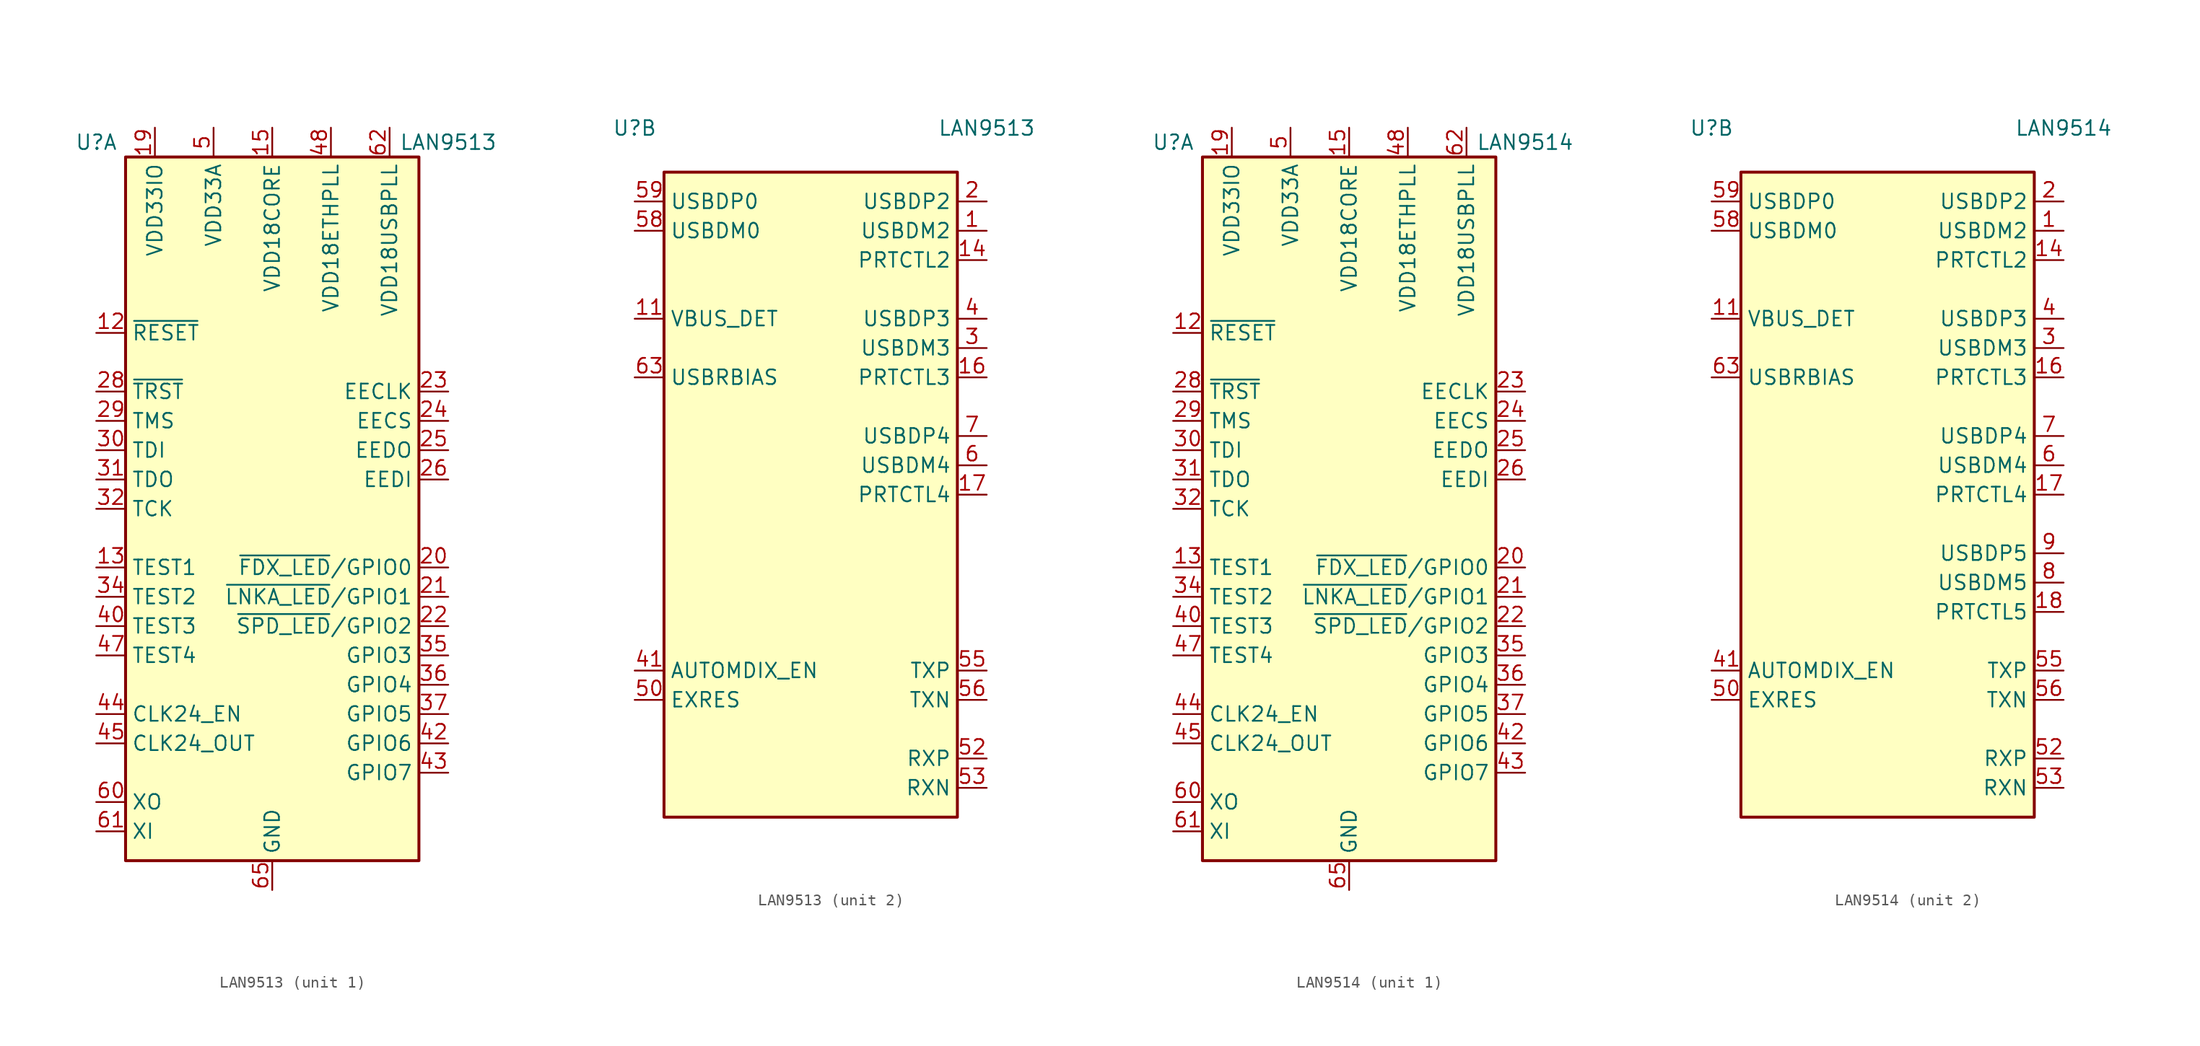
<source format=kicad_sym>
(kicad_symbol_lib
  (version 20201005)
  (generator kicad_symbol_editor)
  (symbol "LAN9513"
    (property "Reference" "U"
      (at -15.24 31.75 0)
      (effects (font (size 1.27 1.27))))
    (property "Value" "LAN9513"
      (at 15.24 31.75 0)
      (effects (font (size 1.27 1.27))))
    (property "ki_locked" ""
      (at 0 0 0)
      (effects (font (size 1.27 1.27))))
    (symbol "LAN9513_1_1"
      (rectangle (start -12.7 30.48) (end 12.7 -30.48) (stroke (width 0.254)) (fill (type background)))
      (pin passive line (at -5.08 33.02 270) (length 2.54) hide (name "VDD33A" (effects (font (size 1.27 1.27)))) (number "10" (effects (font (size 1.27 1.27)))))
      (pin input line (at -15.24 15.24 0) (length 2.54) (name "~RESET" (effects (font (size 1.27 1.27)))) (number "12" (effects (font (size 1.27 1.27)))))
      (pin input line (at -15.24 -5.08 0) (length 2.54) (name "TEST1" (effects (font (size 1.27 1.27)))) (number "13" (effects (font (size 1.27 1.27)))))
      (pin power_in line (at 0 33.02 270) (length 2.54) (name "VDD18CORE" (effects (font (size 1.27 1.27)))) (number "15" (effects (font (size 1.27 1.27)))))
      (pin power_in line (at -10.16 33.02 270) (length 2.54) (name "VDD33IO" (effects (font (size 1.27 1.27)))) (number "19" (effects (font (size 1.27 1.27)))))
      (pin bidirectional line (at 15.24 -5.08 180) (length 2.54) (name "~FDX_LED~/GPIO0" (effects (font (size 1.27 1.27)))) (number "20" (effects (font (size 1.27 1.27)))))
      (pin bidirectional line (at 15.24 -7.62 180) (length 2.54) (name "~LNKA_LED~/GPIO1" (effects (font (size 1.27 1.27)))) (number "21" (effects (font (size 1.27 1.27)))))
      (pin bidirectional line (at 15.24 -10.16 180) (length 2.54) (name "~SPD_LED~/GPIO2" (effects (font (size 1.27 1.27)))) (number "22" (effects (font (size 1.27 1.27)))))
      (pin output line (at 15.24 10.16 180) (length 2.54) (name "EECLK" (effects (font (size 1.27 1.27)))) (number "23" (effects (font (size 1.27 1.27)))))
      (pin output line (at 15.24 7.62 180) (length 2.54) (name "EECS" (effects (font (size 1.27 1.27)))) (number "24" (effects (font (size 1.27 1.27)))))
      (pin output line (at 15.24 5.08 180) (length 2.54) (name "EEDO" (effects (font (size 1.27 1.27)))) (number "25" (effects (font (size 1.27 1.27)))))
      (pin input line (at 15.24 2.54 180) (length 2.54) (name "EEDI" (effects (font (size 1.27 1.27)))) (number "26" (effects (font (size 1.27 1.27)))))
      (pin passive line (at -10.16 33.02 270) (length 2.54) hide (name "VDD33IO" (effects (font (size 1.27 1.27)))) (number "27" (effects (font (size 1.27 1.27)))))
      (pin input line (at -15.24 10.16 0) (length 2.54) (name "~TRST" (effects (font (size 1.27 1.27)))) (number "28" (effects (font (size 1.27 1.27)))))
      (pin input line (at -15.24 7.62 0) (length 2.54) (name "TMS" (effects (font (size 1.27 1.27)))) (number "29" (effects (font (size 1.27 1.27)))))
      (pin input line (at -15.24 5.08 0) (length 2.54) (name "TDI" (effects (font (size 1.27 1.27)))) (number "30" (effects (font (size 1.27 1.27)))))
      (pin output line (at -15.24 2.54 0) (length 2.54) (name "TDO" (effects (font (size 1.27 1.27)))) (number "31" (effects (font (size 1.27 1.27)))))
      (pin input line (at -15.24 0 0) (length 2.54) (name "TCK" (effects (font (size 1.27 1.27)))) (number "32" (effects (font (size 1.27 1.27)))))
      (pin passive line (at -10.16 33.02 270) (length 2.54) hide (name "VDD33IO" (effects (font (size 1.27 1.27)))) (number "33" (effects (font (size 1.27 1.27)))))
      (pin input line (at -15.24 -7.62 0) (length 2.54) (name "TEST2" (effects (font (size 1.27 1.27)))) (number "34" (effects (font (size 1.27 1.27)))))
      (pin bidirectional line (at 15.24 -12.7 180) (length 2.54) (name "GPIO3" (effects (font (size 1.27 1.27)))) (number "35" (effects (font (size 1.27 1.27)))))
      (pin bidirectional line (at 15.24 -15.24 180) (length 2.54) (name "GPIO4" (effects (font (size 1.27 1.27)))) (number "36" (effects (font (size 1.27 1.27)))))
      (pin bidirectional line (at 15.24 -17.78 180) (length 2.54) (name "GPIO5" (effects (font (size 1.27 1.27)))) (number "37" (effects (font (size 1.27 1.27)))))
      (pin passive line (at 0 33.02 270) (length 2.54) hide (name "VDD18CORE" (effects (font (size 1.27 1.27)))) (number "38" (effects (font (size 1.27 1.27)))))
      (pin passive line (at -10.16 33.02 270) (length 2.54) hide (name "VDD33IO" (effects (font (size 1.27 1.27)))) (number "39" (effects (font (size 1.27 1.27)))))
      (pin input line (at -15.24 -10.16 0) (length 2.54) (name "TEST3" (effects (font (size 1.27 1.27)))) (number "40" (effects (font (size 1.27 1.27)))))
      (pin bidirectional line (at 15.24 -20.32 180) (length 2.54) (name "GPIO6" (effects (font (size 1.27 1.27)))) (number "42" (effects (font (size 1.27 1.27)))))
      (pin bidirectional line (at 15.24 -22.86 180) (length 2.54) (name "GPIO7" (effects (font (size 1.27 1.27)))) (number "43" (effects (font (size 1.27 1.27)))))
      (pin input line (at -15.24 -17.78 0) (length 2.54) (name "CLK24_EN" (effects (font (size 1.27 1.27)))) (number "44" (effects (font (size 1.27 1.27)))))
      (pin output line (at -15.24 -20.32 0) (length 2.54) (name "CLK24_OUT" (effects (font (size 1.27 1.27)))) (number "45" (effects (font (size 1.27 1.27)))))
      (pin passive line (at -10.16 33.02 270) (length 2.54) hide (name "VDD33IO" (effects (font (size 1.27 1.27)))) (number "46" (effects (font (size 1.27 1.27)))))
      (pin input line (at -15.24 -12.7 0) (length 2.54) (name "TEST4" (effects (font (size 1.27 1.27)))) (number "47" (effects (font (size 1.27 1.27)))))
      (pin power_in line (at 5.08 33.02 270) (length 2.54) (name "VDD18ETHPLL" (effects (font (size 1.27 1.27)))) (number "48" (effects (font (size 1.27 1.27)))))
      (pin passive line (at -5.08 33.02 270) (length 2.54) hide (name "VDD33A" (effects (font (size 1.27 1.27)))) (number "49" (effects (font (size 1.27 1.27)))))
      (pin power_in line (at -5.08 33.02 270) (length 2.54) (name "VDD33A" (effects (font (size 1.27 1.27)))) (number "5" (effects (font (size 1.27 1.27)))))
      (pin passive line (at -5.08 33.02 270) (length 2.54) hide (name "VDD33A" (effects (font (size 1.27 1.27)))) (number "51" (effects (font (size 1.27 1.27)))))
      (pin passive line (at -5.08 33.02 270) (length 2.54) hide (name "VDD33A" (effects (font (size 1.27 1.27)))) (number "54" (effects (font (size 1.27 1.27)))))
      (pin passive line (at -5.08 33.02 270) (length 2.54) hide (name "VDD33A" (effects (font (size 1.27 1.27)))) (number "57" (effects (font (size 1.27 1.27)))))
      (pin input line (at -15.24 -25.4 0) (length 2.54) (name "XO" (effects (font (size 1.27 1.27)))) (number "60" (effects (font (size 1.27 1.27)))))
      (pin input line (at -15.24 -27.94 0) (length 2.54) (name "XI" (effects (font (size 1.27 1.27)))) (number "61" (effects (font (size 1.27 1.27)))))
      (pin power_in line (at 10.16 33.02 270) (length 2.54) (name "VDD18USBPLL" (effects (font (size 1.27 1.27)))) (number "62" (effects (font (size 1.27 1.27)))))
      (pin passive line (at -5.08 33.02 270) (length 2.54) hide (name "VDD33A" (effects (font (size 1.27 1.27)))) (number "64" (effects (font (size 1.27 1.27)))))
      (pin power_in line (at 0 -33.02 90) (length 2.54) (name "GND" (effects (font (size 1.27 1.27)))) (number "65" (effects (font (size 1.27 1.27))))))
    (symbol "LAN9513_2_1"
      (rectangle (start 12.7 -27.94) (end -12.7 27.94) (stroke (width 0.254)) (fill (type background)))
      (pin bidirectional line (at 15.24 22.86 180) (length 2.54) (name "USBDM2" (effects (font (size 1.27 1.27)))) (number "1" (effects (font (size 1.27 1.27)))))
      (pin input line (at -15.24 15.24 0) (length 2.54) (name "VBUS_DET" (effects (font (size 1.27 1.27)))) (number "11" (effects (font (size 1.27 1.27)))))
      (pin bidirectional line (at 15.24 20.32 180) (length 2.54) (name "PRTCTL2" (effects (font (size 1.27 1.27)))) (number "14" (effects (font (size 1.27 1.27)))))
      (pin bidirectional line (at 15.24 10.16 180) (length 2.54) (name "PRTCTL3" (effects (font (size 1.27 1.27)))) (number "16" (effects (font (size 1.27 1.27)))))
      (pin bidirectional line (at 15.24 0 180) (length 2.54) (name "PRTCTL4" (effects (font (size 1.27 1.27)))) (number "17" (effects (font (size 1.27 1.27)))))
      (pin no_connect line (at 12.7 -10.16 180) (length 2.54) hide (name "NC" (effects (font (size 1.27 1.27)))) (number "18" (effects (font (size 1.27 1.27)))))
      (pin bidirectional line (at 15.24 25.4 180) (length 2.54) (name "USBDP2" (effects (font (size 1.27 1.27)))) (number "2" (effects (font (size 1.27 1.27)))))
      (pin bidirectional line (at 15.24 12.7 180) (length 2.54) (name "USBDM3" (effects (font (size 1.27 1.27)))) (number "3" (effects (font (size 1.27 1.27)))))
      (pin bidirectional line (at 15.24 15.24 180) (length 2.54) (name "USBDP3" (effects (font (size 1.27 1.27)))) (number "4" (effects (font (size 1.27 1.27)))))
      (pin input line (at -15.24 -15.24 0) (length 2.54) (name "AUTOMDIX_EN" (effects (font (size 1.27 1.27)))) (number "41" (effects (font (size 1.27 1.27)))))
      (pin input line (at -15.24 -17.78 0) (length 2.54) (name "EXRES" (effects (font (size 1.27 1.27)))) (number "50" (effects (font (size 1.27 1.27)))))
      (pin input line (at 15.24 -22.86 180) (length 2.54) (name "RXP" (effects (font (size 1.27 1.27)))) (number "52" (effects (font (size 1.27 1.27)))))
      (pin input line (at 15.24 -25.4 180) (length 2.54) (name "RXN" (effects (font (size 1.27 1.27)))) (number "53" (effects (font (size 1.27 1.27)))))
      (pin output line (at 15.24 -15.24 180) (length 2.54) (name "TXP" (effects (font (size 1.27 1.27)))) (number "55" (effects (font (size 1.27 1.27)))))
      (pin output line (at 15.24 -17.78 180) (length 2.54) (name "TXN" (effects (font (size 1.27 1.27)))) (number "56" (effects (font (size 1.27 1.27)))))
      (pin bidirectional line (at -15.24 22.86 0) (length 2.54) (name "USBDM0" (effects (font (size 1.27 1.27)))) (number "58" (effects (font (size 1.27 1.27)))))
      (pin bidirectional line (at -15.24 25.4 0) (length 2.54) (name "USBDP0" (effects (font (size 1.27 1.27)))) (number "59" (effects (font (size 1.27 1.27)))))
      (pin bidirectional line (at 15.24 2.54 180) (length 2.54) (name "USBDM4" (effects (font (size 1.27 1.27)))) (number "6" (effects (font (size 1.27 1.27)))))
      (pin input line (at -15.24 10.16 0) (length 2.54) (name "USBRBIAS" (effects (font (size 1.27 1.27)))) (number "63" (effects (font (size 1.27 1.27)))))
      (pin bidirectional line (at 15.24 5.08 180) (length 2.54) (name "USBDP4" (effects (font (size 1.27 1.27)))) (number "7" (effects (font (size 1.27 1.27)))))
      (pin no_connect line (at 12.7 -7.62 180) (length 2.54) hide (name "NC" (effects (font (size 1.27 1.27)))) (number "8" (effects (font (size 1.27 1.27)))))
      (pin no_connect line (at 12.7 -5.08 180) (length 2.54) hide (name "NC" (effects (font (size 1.27 1.27)))) (number "9" (effects (font (size 1.27 1.27)))))))
  (symbol "LAN9514"
    (property "Reference" "U"
      (at -15.24 31.75 0)
      (effects (font (size 1.27 1.27))))
    (property "Value" "LAN9514"
      (at 15.24 31.75 0)
      (effects (font (size 1.27 1.27))))
    (property "ki_locked" ""
      (at 0 0 0)
      (effects (font (size 1.27 1.27))))
    (symbol "LAN9514_1_1"
      (rectangle (start -12.7 30.48) (end 12.7 -30.48) (stroke (width 0.254)) (fill (type background)))
      (pin passive line (at -5.08 33.02 270) (length 2.54) hide (name "VDD33A" (effects (font (size 1.27 1.27)))) (number "10" (effects (font (size 1.27 1.27)))))
      (pin input line (at -15.24 15.24 0) (length 2.54) (name "~RESET" (effects (font (size 1.27 1.27)))) (number "12" (effects (font (size 1.27 1.27)))))
      (pin input line (at -15.24 -5.08 0) (length 2.54) (name "TEST1" (effects (font (size 1.27 1.27)))) (number "13" (effects (font (size 1.27 1.27)))))
      (pin power_in line (at 0 33.02 270) (length 2.54) (name "VDD18CORE" (effects (font (size 1.27 1.27)))) (number "15" (effects (font (size 1.27 1.27)))))
      (pin power_in line (at -10.16 33.02 270) (length 2.54) (name "VDD33IO" (effects (font (size 1.27 1.27)))) (number "19" (effects (font (size 1.27 1.27)))))
      (pin bidirectional line (at 15.24 -5.08 180) (length 2.54) (name "~FDX_LED~/GPIO0" (effects (font (size 1.27 1.27)))) (number "20" (effects (font (size 1.27 1.27)))))
      (pin bidirectional line (at 15.24 -7.62 180) (length 2.54) (name "~LNKA_LED~/GPIO1" (effects (font (size 1.27 1.27)))) (number "21" (effects (font (size 1.27 1.27)))))
      (pin bidirectional line (at 15.24 -10.16 180) (length 2.54) (name "~SPD_LED~/GPIO2" (effects (font (size 1.27 1.27)))) (number "22" (effects (font (size 1.27 1.27)))))
      (pin output line (at 15.24 10.16 180) (length 2.54) (name "EECLK" (effects (font (size 1.27 1.27)))) (number "23" (effects (font (size 1.27 1.27)))))
      (pin output line (at 15.24 7.62 180) (length 2.54) (name "EECS" (effects (font (size 1.27 1.27)))) (number "24" (effects (font (size 1.27 1.27)))))
      (pin output line (at 15.24 5.08 180) (length 2.54) (name "EEDO" (effects (font (size 1.27 1.27)))) (number "25" (effects (font (size 1.27 1.27)))))
      (pin input line (at 15.24 2.54 180) (length 2.54) (name "EEDI" (effects (font (size 1.27 1.27)))) (number "26" (effects (font (size 1.27 1.27)))))
      (pin passive line (at -10.16 33.02 270) (length 2.54) hide (name "VDD33IO" (effects (font (size 1.27 1.27)))) (number "27" (effects (font (size 1.27 1.27)))))
      (pin input line (at -15.24 10.16 0) (length 2.54) (name "~TRST" (effects (font (size 1.27 1.27)))) (number "28" (effects (font (size 1.27 1.27)))))
      (pin input line (at -15.24 7.62 0) (length 2.54) (name "TMS" (effects (font (size 1.27 1.27)))) (number "29" (effects (font (size 1.27 1.27)))))
      (pin input line (at -15.24 5.08 0) (length 2.54) (name "TDI" (effects (font (size 1.27 1.27)))) (number "30" (effects (font (size 1.27 1.27)))))
      (pin output line (at -15.24 2.54 0) (length 2.54) (name "TDO" (effects (font (size 1.27 1.27)))) (number "31" (effects (font (size 1.27 1.27)))))
      (pin input line (at -15.24 0 0) (length 2.54) (name "TCK" (effects (font (size 1.27 1.27)))) (number "32" (effects (font (size 1.27 1.27)))))
      (pin passive line (at -10.16 33.02 270) (length 2.54) hide (name "VDD33IO" (effects (font (size 1.27 1.27)))) (number "33" (effects (font (size 1.27 1.27)))))
      (pin input line (at -15.24 -7.62 0) (length 2.54) (name "TEST2" (effects (font (size 1.27 1.27)))) (number "34" (effects (font (size 1.27 1.27)))))
      (pin bidirectional line (at 15.24 -12.7 180) (length 2.54) (name "GPIO3" (effects (font (size 1.27 1.27)))) (number "35" (effects (font (size 1.27 1.27)))))
      (pin bidirectional line (at 15.24 -15.24 180) (length 2.54) (name "GPIO4" (effects (font (size 1.27 1.27)))) (number "36" (effects (font (size 1.27 1.27)))))
      (pin bidirectional line (at 15.24 -17.78 180) (length 2.54) (name "GPIO5" (effects (font (size 1.27 1.27)))) (number "37" (effects (font (size 1.27 1.27)))))
      (pin passive line (at 0 33.02 270) (length 2.54) hide (name "VDD18CORE" (effects (font (size 1.27 1.27)))) (number "38" (effects (font (size 1.27 1.27)))))
      (pin passive line (at -10.16 33.02 270) (length 2.54) hide (name "VDD33IO" (effects (font (size 1.27 1.27)))) (number "39" (effects (font (size 1.27 1.27)))))
      (pin input line (at -15.24 -10.16 0) (length 2.54) (name "TEST3" (effects (font (size 1.27 1.27)))) (number "40" (effects (font (size 1.27 1.27)))))
      (pin bidirectional line (at 15.24 -20.32 180) (length 2.54) (name "GPIO6" (effects (font (size 1.27 1.27)))) (number "42" (effects (font (size 1.27 1.27)))))
      (pin bidirectional line (at 15.24 -22.86 180) (length 2.54) (name "GPIO7" (effects (font (size 1.27 1.27)))) (number "43" (effects (font (size 1.27 1.27)))))
      (pin input line (at -15.24 -17.78 0) (length 2.54) (name "CLK24_EN" (effects (font (size 1.27 1.27)))) (number "44" (effects (font (size 1.27 1.27)))))
      (pin output line (at -15.24 -20.32 0) (length 2.54) (name "CLK24_OUT" (effects (font (size 1.27 1.27)))) (number "45" (effects (font (size 1.27 1.27)))))
      (pin passive line (at -10.16 33.02 270) (length 2.54) hide (name "VDD33IO" (effects (font (size 1.27 1.27)))) (number "46" (effects (font (size 1.27 1.27)))))
      (pin input line (at -15.24 -12.7 0) (length 2.54) (name "TEST4" (effects (font (size 1.27 1.27)))) (number "47" (effects (font (size 1.27 1.27)))))
      (pin power_in line (at 5.08 33.02 270) (length 2.54) (name "VDD18ETHPLL" (effects (font (size 1.27 1.27)))) (number "48" (effects (font (size 1.27 1.27)))))
      (pin passive line (at -5.08 33.02 270) (length 2.54) hide (name "VDD33A" (effects (font (size 1.27 1.27)))) (number "49" (effects (font (size 1.27 1.27)))))
      (pin power_in line (at -5.08 33.02 270) (length 2.54) (name "VDD33A" (effects (font (size 1.27 1.27)))) (number "5" (effects (font (size 1.27 1.27)))))
      (pin passive line (at -5.08 33.02 270) (length 2.54) hide (name "VDD33A" (effects (font (size 1.27 1.27)))) (number "51" (effects (font (size 1.27 1.27)))))
      (pin passive line (at -5.08 33.02 270) (length 2.54) hide (name "VDD33A" (effects (font (size 1.27 1.27)))) (number "54" (effects (font (size 1.27 1.27)))))
      (pin passive line (at -5.08 33.02 270) (length 2.54) hide (name "VDD33A" (effects (font (size 1.27 1.27)))) (number "57" (effects (font (size 1.27 1.27)))))
      (pin input line (at -15.24 -25.4 0) (length 2.54) (name "XO" (effects (font (size 1.27 1.27)))) (number "60" (effects (font (size 1.27 1.27)))))
      (pin input line (at -15.24 -27.94 0) (length 2.54) (name "XI" (effects (font (size 1.27 1.27)))) (number "61" (effects (font (size 1.27 1.27)))))
      (pin power_in line (at 10.16 33.02 270) (length 2.54) (name "VDD18USBPLL" (effects (font (size 1.27 1.27)))) (number "62" (effects (font (size 1.27 1.27)))))
      (pin passive line (at -5.08 33.02 270) (length 2.54) hide (name "VDD33A" (effects (font (size 1.27 1.27)))) (number "64" (effects (font (size 1.27 1.27)))))
      (pin power_in line (at 0 -33.02 90) (length 2.54) (name "GND" (effects (font (size 1.27 1.27)))) (number "65" (effects (font (size 1.27 1.27))))))
    (symbol "LAN9514_2_1"
      (rectangle (start 12.7 -27.94) (end -12.7 27.94) (stroke (width 0.254)) (fill (type background)))
      (pin bidirectional line (at 15.24 22.86 180) (length 2.54) (name "USBDM2" (effects (font (size 1.27 1.27)))) (number "1" (effects (font (size 1.27 1.27)))))
      (pin input line (at -15.24 15.24 0) (length 2.54) (name "VBUS_DET" (effects (font (size 1.27 1.27)))) (number "11" (effects (font (size 1.27 1.27)))))
      (pin bidirectional line (at 15.24 20.32 180) (length 2.54) (name "PRTCTL2" (effects (font (size 1.27 1.27)))) (number "14" (effects (font (size 1.27 1.27)))))
      (pin bidirectional line (at 15.24 10.16 180) (length 2.54) (name "PRTCTL3" (effects (font (size 1.27 1.27)))) (number "16" (effects (font (size 1.27 1.27)))))
      (pin bidirectional line (at 15.24 0 180) (length 2.54) (name "PRTCTL4" (effects (font (size 1.27 1.27)))) (number "17" (effects (font (size 1.27 1.27)))))
      (pin bidirectional line (at 15.24 -10.16 180) (length 2.54) (name "PRTCTL5" (effects (font (size 1.27 1.27)))) (number "18" (effects (font (size 1.27 1.27)))))
      (pin bidirectional line (at 15.24 25.4 180) (length 2.54) (name "USBDP2" (effects (font (size 1.27 1.27)))) (number "2" (effects (font (size 1.27 1.27)))))
      (pin bidirectional line (at 15.24 12.7 180) (length 2.54) (name "USBDM3" (effects (font (size 1.27 1.27)))) (number "3" (effects (font (size 1.27 1.27)))))
      (pin bidirectional line (at 15.24 15.24 180) (length 2.54) (name "USBDP3" (effects (font (size 1.27 1.27)))) (number "4" (effects (font (size 1.27 1.27)))))
      (pin input line (at -15.24 -15.24 0) (length 2.54) (name "AUTOMDIX_EN" (effects (font (size 1.27 1.27)))) (number "41" (effects (font (size 1.27 1.27)))))
      (pin input line (at -15.24 -17.78 0) (length 2.54) (name "EXRES" (effects (font (size 1.27 1.27)))) (number "50" (effects (font (size 1.27 1.27)))))
      (pin input line (at 15.24 -22.86 180) (length 2.54) (name "RXP" (effects (font (size 1.27 1.27)))) (number "52" (effects (font (size 1.27 1.27)))))
      (pin input line (at 15.24 -25.4 180) (length 2.54) (name "RXN" (effects (font (size 1.27 1.27)))) (number "53" (effects (font (size 1.27 1.27)))))
      (pin output line (at 15.24 -15.24 180) (length 2.54) (name "TXP" (effects (font (size 1.27 1.27)))) (number "55" (effects (font (size 1.27 1.27)))))
      (pin output line (at 15.24 -17.78 180) (length 2.54) (name "TXN" (effects (font (size 1.27 1.27)))) (number "56" (effects (font (size 1.27 1.27)))))
      (pin bidirectional line (at -15.24 22.86 0) (length 2.54) (name "USBDM0" (effects (font (size 1.27 1.27)))) (number "58" (effects (font (size 1.27 1.27)))))
      (pin bidirectional line (at -15.24 25.4 0) (length 2.54) (name "USBDP0" (effects (font (size 1.27 1.27)))) (number "59" (effects (font (size 1.27 1.27)))))
      (pin bidirectional line (at 15.24 2.54 180) (length 2.54) (name "USBDM4" (effects (font (size 1.27 1.27)))) (number "6" (effects (font (size 1.27 1.27)))))
      (pin input line (at -15.24 10.16 0) (length 2.54) (name "USBRBIAS" (effects (font (size 1.27 1.27)))) (number "63" (effects (font (size 1.27 1.27)))))
      (pin bidirectional line (at 15.24 5.08 180) (length 2.54) (name "USBDP4" (effects (font (size 1.27 1.27)))) (number "7" (effects (font (size 1.27 1.27)))))
      (pin bidirectional line (at 15.24 -7.62 180) (length 2.54) (name "USBDM5" (effects (font (size 1.27 1.27)))) (number "8" (effects (font (size 1.27 1.27)))))
      (pin bidirectional line (at 15.24 -5.08 180) (length 2.54) (name "USBDP5" (effects (font (size 1.27 1.27)))) (number "9" (effects (font (size 1.27 1.27))))))))
</source>
